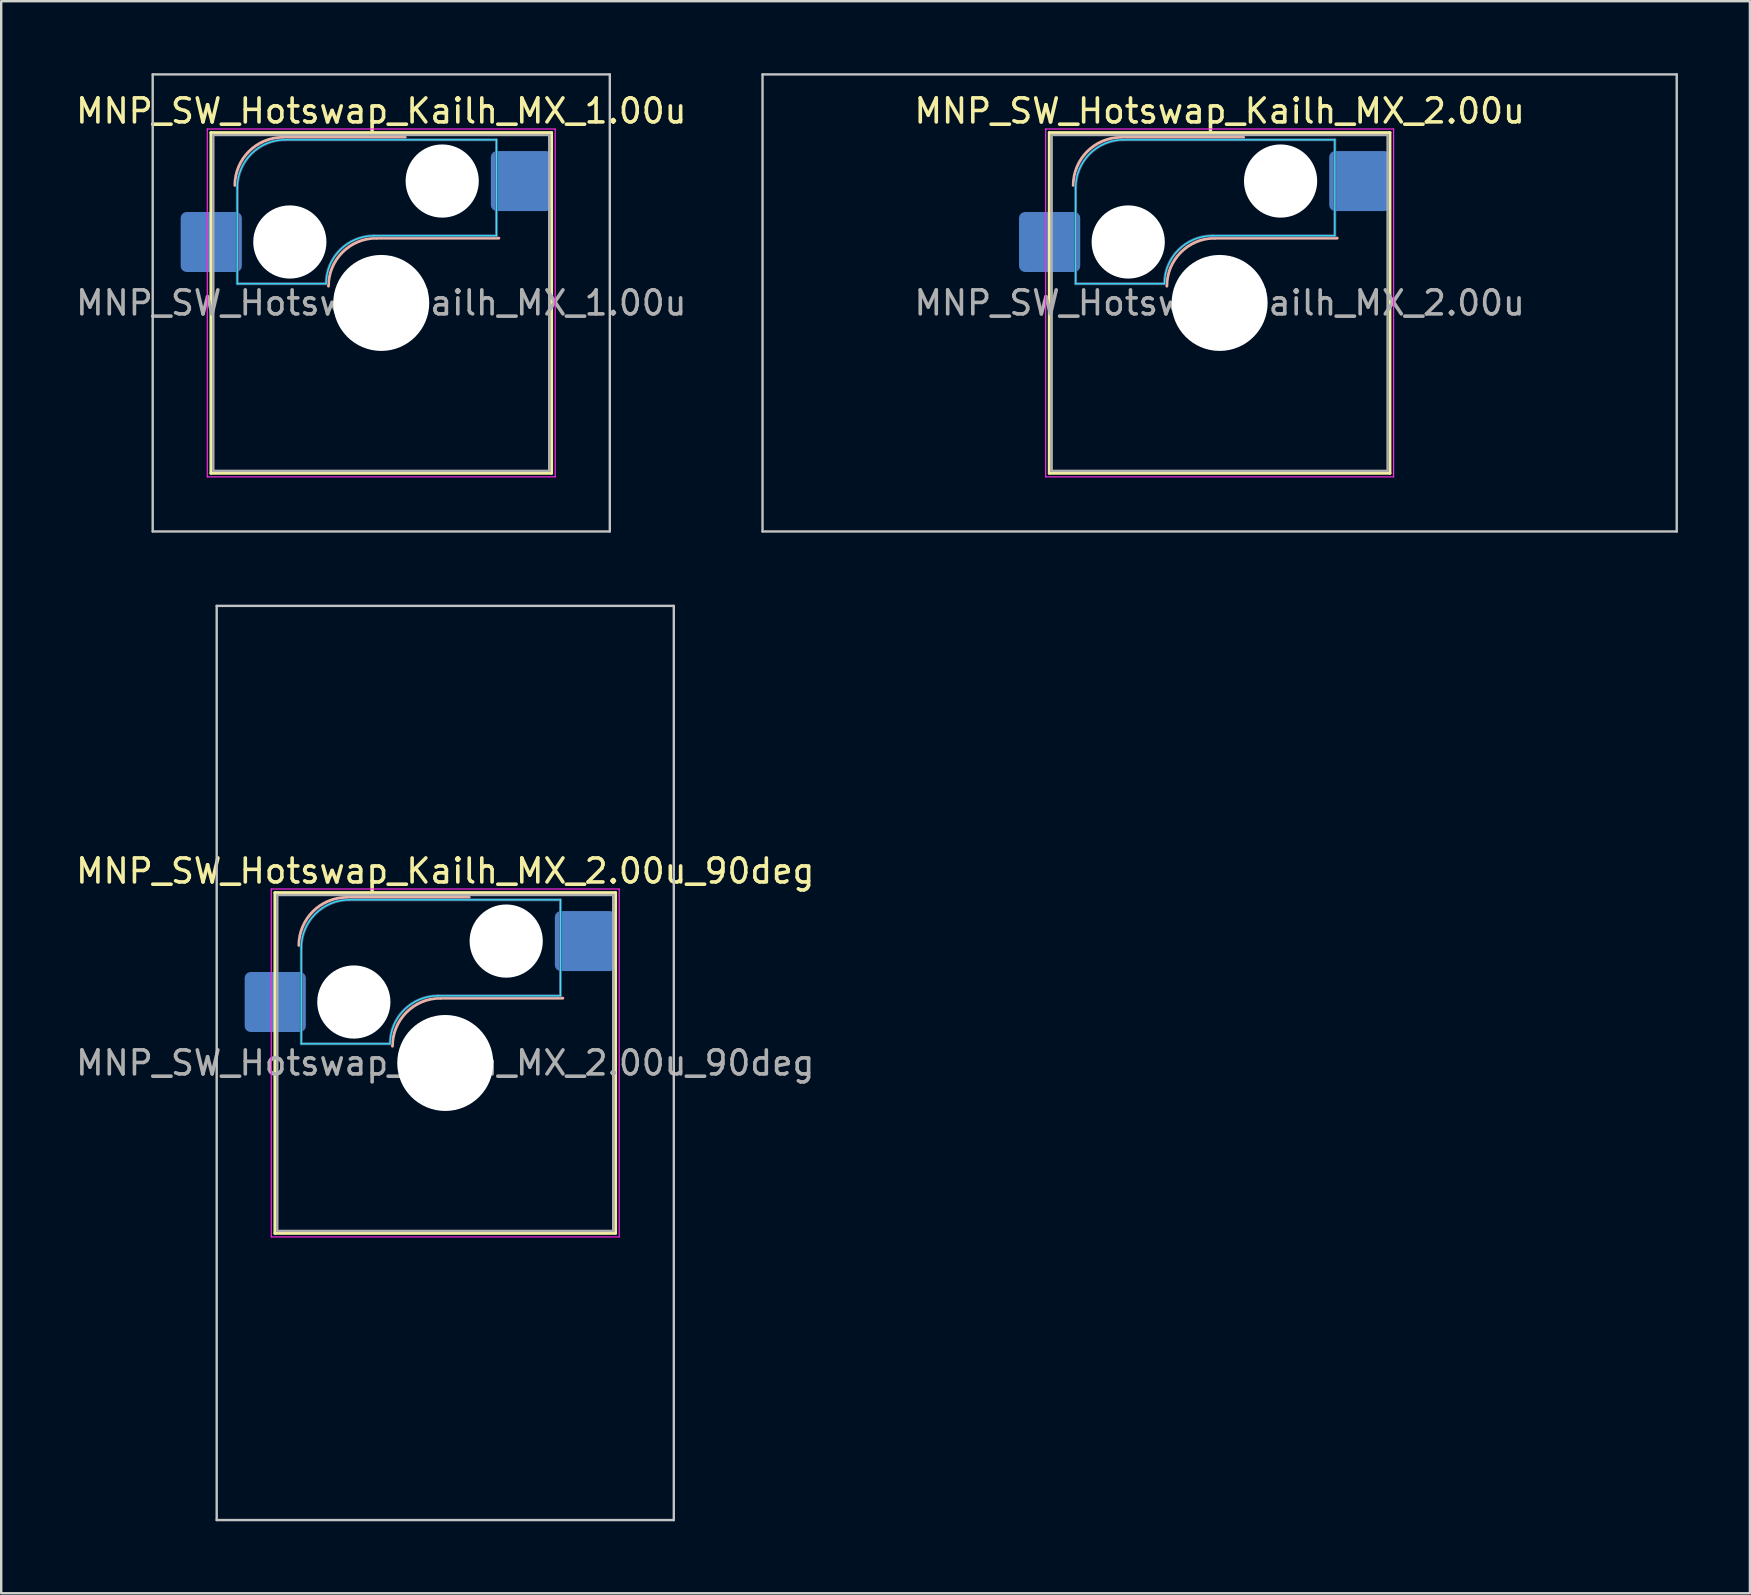
<source format=kicad_pcb>
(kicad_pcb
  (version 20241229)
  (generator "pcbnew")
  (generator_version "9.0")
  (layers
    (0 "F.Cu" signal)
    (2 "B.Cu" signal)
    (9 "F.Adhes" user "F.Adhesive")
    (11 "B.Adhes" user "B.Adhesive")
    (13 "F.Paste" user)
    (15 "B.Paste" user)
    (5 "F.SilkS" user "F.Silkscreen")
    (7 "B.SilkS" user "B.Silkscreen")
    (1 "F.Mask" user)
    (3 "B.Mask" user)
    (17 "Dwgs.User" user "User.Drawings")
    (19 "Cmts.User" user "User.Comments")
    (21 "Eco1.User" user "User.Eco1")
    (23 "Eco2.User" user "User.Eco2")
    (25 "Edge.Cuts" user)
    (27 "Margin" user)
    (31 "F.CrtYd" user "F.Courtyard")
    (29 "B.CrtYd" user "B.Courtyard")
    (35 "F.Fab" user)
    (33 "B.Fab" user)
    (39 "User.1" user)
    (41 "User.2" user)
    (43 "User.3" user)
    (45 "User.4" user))
  (footprint "MNP_SW_Hotswap_Kailh_MX_1.00u"
    (layer "F.Cu")
    (at 12.839 9.575)
    (property "Reference" "MNP_SW_Hotswap_Kailh_MX_1.00u" (at 0 -8 0) (layer "F.SilkS") (effects (font (size 1 1) (thickness 0.15))))
    (attr smd)
    (fp_line (start -7.1 -7.1) (end -7.1 7.1) (stroke (width 0.12) (type solid)) (layer "F.SilkS"))
    (fp_line (start -7.1 7.1) (end 7.1 7.1) (stroke (width 0.12) (type solid)) (layer "F.SilkS"))
    (fp_line (start 7.1 -7.1) (end -7.1 -7.1) (stroke (width 0.12) (type solid)) (layer "F.SilkS"))
    (fp_line (start 7.1 7.1) (end 7.1 -7.1) (stroke (width 0.12) (type solid)) (layer "F.SilkS"))
    (fp_line (start -4.1 -6.9) (end 1 -6.9) (stroke (width 0.12) (type solid)) (layer "B.SilkS"))
    (fp_line (start -0.2 -2.7) (end 4.9 -2.7) (stroke (width 0.12) (type solid)) (layer "B.SilkS"))
    (fp_arc (start -6.1 -4.9) (mid -5.514214 -6.314214) (end -4.1 -6.9) (stroke (width 0.12) (type solid)) (layer "B.SilkS"))
    (fp_arc (start -2.2 -0.7) (mid -1.614214 -2.114214) (end -0.2 -2.7) (stroke (width 0.12) (type solid)) (layer "B.SilkS"))
    (fp_line (start -9.525 -9.525) (end -9.525 9.525) (stroke (width 0.1) (type solid)) (layer "Dwgs.User"))
    (fp_line (start -9.525 9.525) (end 9.525 9.525) (stroke (width 0.1) (type solid)) (layer "Dwgs.User"))
    (fp_line (start 9.525 -9.525) (end -9.525 -9.525) (stroke (width 0.1) (type solid)) (layer "Dwgs.User"))
    (fp_line (start 9.525 9.525) (end 9.525 -9.525) (stroke (width 0.1) (type solid)) (layer "Dwgs.User"))
    (fp_line (start -7.8 -6) (end -7 -6) (stroke (width 0.1) (type solid)) (layer "Eco1.User"))
    (fp_line (start -7.8 -2.9) (end -7.8 -6) (stroke (width 0.1) (type solid)) (layer "Eco1.User"))
    (fp_line (start -7.8 2.9) (end -7 2.9) (stroke (width 0.1) (type solid)) (layer "Eco1.User"))
    (fp_line (start -7.8 6) (end -7.8 2.9) (stroke (width 0.1) (type solid)) (layer "Eco1.User"))
    (fp_line (start -7 -7) (end 7 -7) (stroke (width 0.1) (type solid)) (layer "Eco1.User"))
    (fp_line (start -7 -6) (end -7 -7) (stroke (width 0.1) (type solid)) (layer "Eco1.User"))
    (fp_line (start -7 -2.9) (end -7.8 -2.9) (stroke (width 0.1) (type solid)) (layer "Eco1.User"))
    (fp_line (start -7 2.9) (end -7 -2.9) (stroke (width 0.1) (type solid)) (layer "Eco1.User"))
    (fp_line (start -7 6) (end -7.8 6) (stroke (width 0.1) (type solid)) (layer "Eco1.User"))
    (fp_line (start -7 7) (end -7 6) (stroke (width 0.1) (type solid)) (layer "Eco1.User"))
    (fp_line (start 7 -7) (end 7 -6) (stroke (width 0.1) (type solid)) (layer "Eco1.User"))
    (fp_line (start 7 -6) (end 7.8 -6) (stroke (width 0.1) (type solid)) (layer "Eco1.User"))
    (fp_line (start 7 -2.9) (end 7 2.9) (stroke (width 0.1) (type solid)) (layer "Eco1.User"))
    (fp_line (start 7 2.9) (end 7.8 2.9) (stroke (width 0.1) (type solid)) (layer "Eco1.User"))
    (fp_line (start 7 6) (end 7 7) (stroke (width 0.1) (type solid)) (layer "Eco1.User"))
    (fp_line (start 7 7) (end -7 7) (stroke (width 0.1) (type solid)) (layer "Eco1.User"))
    (fp_line (start 7.8 -6) (end 7.8 -2.9) (stroke (width 0.1) (type solid)) (layer "Eco1.User"))
    (fp_line (start 7.8 -2.9) (end 7 -2.9) (stroke (width 0.1) (type solid)) (layer "Eco1.User"))
    (fp_line (start 7.8 2.9) (end 7.8 6) (stroke (width 0.1) (type solid)) (layer "Eco1.User"))
    (fp_line (start 7.8 6) (end 7 6) (stroke (width 0.1) (type solid)) (layer "Eco1.User"))
    (fp_line (start -6 -0.8) (end -6 -4.8) (stroke (width 0.05) (type solid)) (layer "B.CrtYd"))
    (fp_line (start -6 -0.8) (end -2.3 -0.8) (stroke (width 0.05) (type solid)) (layer "B.CrtYd"))
    (fp_line (start -4 -6.8) (end 4.8 -6.8) (stroke (width 0.05) (type solid)) (layer "B.CrtYd"))
    (fp_line (start -0.3 -2.8) (end 4.8 -2.8) (stroke (width 0.05) (type solid)) (layer "B.CrtYd"))
    (fp_line (start 4.8 -6.8) (end 4.8 -2.8) (stroke (width 0.05) (type solid)) (layer "B.CrtYd"))
    (fp_arc (start -6 -4.8) (mid -5.414214 -6.214214) (end -4 -6.8) (stroke (width 0.05) (type solid)) (layer "B.CrtYd"))
    (fp_arc (start -2.3 -0.8) (mid -1.714214 -2.214214) (end -0.3 -2.8) (stroke (width 0.05) (type solid)) (layer "B.CrtYd"))
    (fp_line (start -7.25 -7.25) (end -7.25 7.25) (stroke (width 0.05) (type solid)) (layer "F.CrtYd"))
    (fp_line (start -7.25 7.25) (end 7.25 7.25) (stroke (width 0.05) (type solid)) (layer "F.CrtYd"))
    (fp_line (start 7.25 -7.25) (end -7.25 -7.25) (stroke (width 0.05) (type solid)) (layer "F.CrtYd"))
    (fp_line (start 7.25 7.25) (end 7.25 -7.25) (stroke (width 0.05) (type solid)) (layer "F.CrtYd"))
    (fp_line (start -6 -0.8) (end -6 -4.8) (stroke (width 0.12) (type solid)) (layer "B.Fab"))
    (fp_line (start -6 -0.8) (end -2.3 -0.8) (stroke (width 0.12) (type solid)) (layer "B.Fab"))
    (fp_line (start -4 -6.8) (end 4.8 -6.8) (stroke (width 0.12) (type solid)) (layer "B.Fab"))
    (fp_line (start -0.3 -2.8) (end 4.8 -2.8) (stroke (width 0.12) (type solid)) (layer "B.Fab"))
    (fp_line (start 4.8 -6.8) (end 4.8 -2.8) (stroke (width 0.12) (type solid)) (layer "B.Fab"))
    (fp_arc (start -6 -4.8) (mid -5.414214 -6.214214) (end -4 -6.8) (stroke (width 0.12) (type solid)) (layer "B.Fab"))
    (fp_arc (start -2.3 -0.8) (mid -1.714214 -2.214214) (end -0.3 -2.8) (stroke (width 0.12) (type solid)) (layer "B.Fab"))
    (fp_line (start -7 -7) (end -7 7) (stroke (width 0.1) (type solid)) (layer "F.Fab"))
    (fp_line (start -7 7) (end 7 7) (stroke (width 0.1) (type solid)) (layer "F.Fab"))
    (fp_line (start 7 -7) (end -7 -7) (stroke (width 0.1) (type solid)) (layer "F.Fab"))
    (fp_line (start 7 7) (end 7 -7) (stroke (width 0.1) (type solid)) (layer "F.Fab"))
    (fp_text user "${REFERENCE}" (at 0 0 0) (layer "F.Fab") (effects (font (size 1 1) (thickness 0.15))))
    (pad "" np_thru_hole circle (at -3.81 -2.54) (size 3.05 3.05) (drill 3.05) (layers "*.Cu" "*.Mask"))
    (pad "" np_thru_hole circle (at 0 0) (size 4 4) (drill 4) (layers "*.Cu" "*.Mask"))
    (pad "" np_thru_hole circle (at 2.54 -5.08) (size 3.05 3.05) (drill 3.05) (layers "*.Cu" "*.Mask"))
    (pad "1" smd roundrect (at -7.085 -2.54) (size 2.55 2.5) (layers "B.Cu" "B.Mask" "B.Paste") (roundrect_rratio 0.1))
    (pad "2" smd roundrect (at 5.842 -5.08) (size 2.55 2.5) (layers "B.Cu" "B.Mask" "B.Paste") (roundrect_rratio 0.1)))
  (footprint "MNP_SW_Hotswap_Kailh_MX_2.00u"
    (layer "F.Cu")
    (at 47.779 9.575)
    (property "Reference" "MNP_SW_Hotswap_Kailh_MX_2.00u" (at 0 -8 0) (layer "F.SilkS") (effects (font (size 1 1) (thickness 0.15))))
    (attr smd)
    (fp_line (start -7.1 -7.1) (end -7.1 7.1) (stroke (width 0.12) (type solid)) (layer "F.SilkS"))
    (fp_line (start -7.1 7.1) (end 7.1 7.1) (stroke (width 0.12) (type solid)) (layer "F.SilkS"))
    (fp_line (start 7.1 -7.1) (end -7.1 -7.1) (stroke (width 0.12) (type solid)) (layer "F.SilkS"))
    (fp_line (start 7.1 7.1) (end 7.1 -7.1) (stroke (width 0.12) (type solid)) (layer "F.SilkS"))
    (fp_line (start -4.1 -6.9) (end 1 -6.9) (stroke (width 0.12) (type solid)) (layer "B.SilkS"))
    (fp_line (start -0.2 -2.7) (end 4.9 -2.7) (stroke (width 0.12) (type solid)) (layer "B.SilkS"))
    (fp_arc (start -6.1 -4.9) (mid -5.514214 -6.314214) (end -4.1 -6.9) (stroke (width 0.12) (type solid)) (layer "B.SilkS"))
    (fp_arc (start -2.2 -0.7) (mid -1.614214 -2.114214) (end -0.2 -2.7) (stroke (width 0.12) (type solid)) (layer "B.SilkS"))
    (fp_line (start -19.05 -9.525) (end -19.05 9.525) (stroke (width 0.1) (type solid)) (layer "Dwgs.User"))
    (fp_line (start -19.05 9.525) (end 19.05 9.525) (stroke (width 0.1) (type solid)) (layer "Dwgs.User"))
    (fp_line (start 19.05 -9.525) (end -19.05 -9.525) (stroke (width 0.1) (type solid)) (layer "Dwgs.User"))
    (fp_line (start 19.05 9.525) (end 19.05 -9.525) (stroke (width 0.1) (type solid)) (layer "Dwgs.User"))
    (fp_line (start -7.8 -6) (end -7 -6) (stroke (width 0.1) (type solid)) (layer "Eco1.User"))
    (fp_line (start -7.8 -2.9) (end -7.8 -6) (stroke (width 0.1) (type solid)) (layer "Eco1.User"))
    (fp_line (start -7.8 2.9) (end -7 2.9) (stroke (width 0.1) (type solid)) (layer "Eco1.User"))
    (fp_line (start -7.8 6) (end -7.8 2.9) (stroke (width 0.1) (type solid)) (layer "Eco1.User"))
    (fp_line (start -7 -7) (end 7 -7) (stroke (width 0.1) (type solid)) (layer "Eco1.User"))
    (fp_line (start -7 -6) (end -7 -7) (stroke (width 0.1) (type solid)) (layer "Eco1.User"))
    (fp_line (start -7 -2.9) (end -7.8 -2.9) (stroke (width 0.1) (type solid)) (layer "Eco1.User"))
    (fp_line (start -7 2.9) (end -7 -2.9) (stroke (width 0.1) (type solid)) (layer "Eco1.User"))
    (fp_line (start -7 6) (end -7.8 6) (stroke (width 0.1) (type solid)) (layer "Eco1.User"))
    (fp_line (start -7 7) (end -7 6) (stroke (width 0.1) (type solid)) (layer "Eco1.User"))
    (fp_line (start 7 -7) (end 7 -6) (stroke (width 0.1) (type solid)) (layer "Eco1.User"))
    (fp_line (start 7 -6) (end 7.8 -6) (stroke (width 0.1) (type solid)) (layer "Eco1.User"))
    (fp_line (start 7 -2.9) (end 7 2.9) (stroke (width 0.1) (type solid)) (layer "Eco1.User"))
    (fp_line (start 7 2.9) (end 7.8 2.9) (stroke (width 0.1) (type solid)) (layer "Eco1.User"))
    (fp_line (start 7 6) (end 7 7) (stroke (width 0.1) (type solid)) (layer "Eco1.User"))
    (fp_line (start 7 7) (end -7 7) (stroke (width 0.1) (type solid)) (layer "Eco1.User"))
    (fp_line (start 7.8 -6) (end 7.8 -2.9) (stroke (width 0.1) (type solid)) (layer "Eco1.User"))
    (fp_line (start 7.8 -2.9) (end 7 -2.9) (stroke (width 0.1) (type solid)) (layer "Eco1.User"))
    (fp_line (start 7.8 2.9) (end 7.8 6) (stroke (width 0.1) (type solid)) (layer "Eco1.User"))
    (fp_line (start 7.8 6) (end 7 6) (stroke (width 0.1) (type solid)) (layer "Eco1.User"))
    (fp_line (start -6 -0.8) (end -6 -4.8) (stroke (width 0.05) (type solid)) (layer "B.CrtYd"))
    (fp_line (start -6 -0.8) (end -2.3 -0.8) (stroke (width 0.05) (type solid)) (layer "B.CrtYd"))
    (fp_line (start -4 -6.8) (end 4.8 -6.8) (stroke (width 0.05) (type solid)) (layer "B.CrtYd"))
    (fp_line (start -0.3 -2.8) (end 4.8 -2.8) (stroke (width 0.05) (type solid)) (layer "B.CrtYd"))
    (fp_line (start 4.8 -6.8) (end 4.8 -2.8) (stroke (width 0.05) (type solid)) (layer "B.CrtYd"))
    (fp_arc (start -6 -4.8) (mid -5.414214 -6.214214) (end -4 -6.8) (stroke (width 0.05) (type solid)) (layer "B.CrtYd"))
    (fp_arc (start -2.3 -0.8) (mid -1.714214 -2.214214) (end -0.3 -2.8) (stroke (width 0.05) (type solid)) (layer "B.CrtYd"))
    (fp_line (start -7.25 -7.25) (end -7.25 7.25) (stroke (width 0.05) (type solid)) (layer "F.CrtYd"))
    (fp_line (start -7.25 7.25) (end 7.25 7.25) (stroke (width 0.05) (type solid)) (layer "F.CrtYd"))
    (fp_line (start 7.25 -7.25) (end -7.25 -7.25) (stroke (width 0.05) (type solid)) (layer "F.CrtYd"))
    (fp_line (start 7.25 7.25) (end 7.25 -7.25) (stroke (width 0.05) (type solid)) (layer "F.CrtYd"))
    (fp_line (start -6 -0.8) (end -6 -4.8) (stroke (width 0.12) (type solid)) (layer "B.Fab"))
    (fp_line (start -6 -0.8) (end -2.3 -0.8) (stroke (width 0.12) (type solid)) (layer "B.Fab"))
    (fp_line (start -4 -6.8) (end 4.8 -6.8) (stroke (width 0.12) (type solid)) (layer "B.Fab"))
    (fp_line (start -0.3 -2.8) (end 4.8 -2.8) (stroke (width 0.12) (type solid)) (layer "B.Fab"))
    (fp_line (start 4.8 -6.8) (end 4.8 -2.8) (stroke (width 0.12) (type solid)) (layer "B.Fab"))
    (fp_arc (start -6 -4.8) (mid -5.414214 -6.214214) (end -4 -6.8) (stroke (width 0.12) (type solid)) (layer "B.Fab"))
    (fp_arc (start -2.3 -0.8) (mid -1.714214 -2.214214) (end -0.3 -2.8) (stroke (width 0.12) (type solid)) (layer "B.Fab"))
    (fp_line (start -7 -7) (end -7 7) (stroke (width 0.1) (type solid)) (layer "F.Fab"))
    (fp_line (start -7 7) (end 7 7) (stroke (width 0.1) (type solid)) (layer "F.Fab"))
    (fp_line (start 7 -7) (end -7 -7) (stroke (width 0.1) (type solid)) (layer "F.Fab"))
    (fp_line (start 7 7) (end 7 -7) (stroke (width 0.1) (type solid)) (layer "F.Fab"))
    (fp_text user "${REFERENCE}" (at 0 0 0) (layer "F.Fab") (effects (font (size 1 1) (thickness 0.15))))
    (pad "" np_thru_hole circle (at -3.81 -2.54) (size 3.05 3.05) (drill 3.05) (layers "*.Cu" "*.Mask"))
    (pad "" np_thru_hole circle (at 0 0) (size 4 4) (drill 4) (layers "*.Cu" "*.Mask"))
    (pad "" np_thru_hole circle (at 2.54 -5.08) (size 3.05 3.05) (drill 3.05) (layers "*.Cu" "*.Mask"))
    (pad "1" smd roundrect (at -7.085 -2.54) (size 2.55 2.5) (layers "B.Cu" "B.Mask" "B.Paste") (roundrect_rratio 0.1))
    (pad "2" smd roundrect (at 5.842 -5.08) (size 2.55 2.5) (layers "B.Cu" "B.Mask" "B.Paste") (roundrect_rratio 0.1)))
  (footprint "MNP_SW_Hotswap_Kailh_MX_2.00u_90deg"
    (layer "F.Cu")
    (at 15.506 41.25)
    (property "Reference" "MNP_SW_Hotswap_Kailh_MX_2.00u_90deg" (at 0 -8 0) (layer "F.SilkS") (effects (font (size 1 1) (thickness 0.15))))
    (attr smd)
    (fp_line (start -7.1 -7.1) (end -7.1 7.1) (stroke (width 0.12) (type solid)) (layer "F.SilkS"))
    (fp_line (start -7.1 7.1) (end 7.1 7.1) (stroke (width 0.12) (type solid)) (layer "F.SilkS"))
    (fp_line (start 7.1 -7.1) (end -7.1 -7.1) (stroke (width 0.12) (type solid)) (layer "F.SilkS"))
    (fp_line (start 7.1 7.1) (end 7.1 -7.1) (stroke (width 0.12) (type solid)) (layer "F.SilkS"))
    (fp_line (start -4.1 -6.9) (end 1 -6.9) (stroke (width 0.12) (type solid)) (layer "B.SilkS"))
    (fp_line (start -0.2 -2.7) (end 4.9 -2.7) (stroke (width 0.12) (type solid)) (layer "B.SilkS"))
    (fp_arc (start -6.1 -4.9) (mid -5.514214 -6.314214) (end -4.1 -6.9) (stroke (width 0.12) (type solid)) (layer "B.SilkS"))
    (fp_arc (start -2.2 -0.7) (mid -1.614214 -2.114214) (end -0.2 -2.7) (stroke (width 0.12) (type solid)) (layer "B.SilkS"))
    (fp_line (start -9.525 -19.05) (end 9.525 -19.05) (stroke (width 0.1) (type solid)) (layer "Dwgs.User"))
    (fp_line (start -9.525 19.05) (end -9.525 -19.05) (stroke (width 0.1) (type solid)) (layer "Dwgs.User"))
    (fp_line (start 9.525 -19.05) (end 9.525 19.05) (stroke (width 0.1) (type solid)) (layer "Dwgs.User"))
    (fp_line (start 9.525 19.05) (end -9.525 19.05) (stroke (width 0.1) (type solid)) (layer "Dwgs.User"))
    (fp_line (start -7.8 -6) (end -7 -6) (stroke (width 0.1) (type solid)) (layer "Eco1.User"))
    (fp_line (start -7.8 -2.9) (end -7.8 -6) (stroke (width 0.1) (type solid)) (layer "Eco1.User"))
    (fp_line (start -7.8 2.9) (end -7 2.9) (stroke (width 0.1) (type solid)) (layer "Eco1.User"))
    (fp_line (start -7.8 6) (end -7.8 2.9) (stroke (width 0.1) (type solid)) (layer "Eco1.User"))
    (fp_line (start -7 -7) (end 7 -7) (stroke (width 0.1) (type solid)) (layer "Eco1.User"))
    (fp_line (start -7 -6) (end -7 -7) (stroke (width 0.1) (type solid)) (layer "Eco1.User"))
    (fp_line (start -7 -2.9) (end -7.8 -2.9) (stroke (width 0.1) (type solid)) (layer "Eco1.User"))
    (fp_line (start -7 2.9) (end -7 -2.9) (stroke (width 0.1) (type solid)) (layer "Eco1.User"))
    (fp_line (start -7 6) (end -7.8 6) (stroke (width 0.1) (type solid)) (layer "Eco1.User"))
    (fp_line (start -7 7) (end -7 6) (stroke (width 0.1) (type solid)) (layer "Eco1.User"))
    (fp_line (start 7 -7) (end 7 -6) (stroke (width 0.1) (type solid)) (layer "Eco1.User"))
    (fp_line (start 7 -6) (end 7.8 -6) (stroke (width 0.1) (type solid)) (layer "Eco1.User"))
    (fp_line (start 7 -2.9) (end 7 2.9) (stroke (width 0.1) (type solid)) (layer "Eco1.User"))
    (fp_line (start 7 2.9) (end 7.8 2.9) (stroke (width 0.1) (type solid)) (layer "Eco1.User"))
    (fp_line (start 7 6) (end 7 7) (stroke (width 0.1) (type solid)) (layer "Eco1.User"))
    (fp_line (start 7 7) (end -7 7) (stroke (width 0.1) (type solid)) (layer "Eco1.User"))
    (fp_line (start 7.8 -6) (end 7.8 -2.9) (stroke (width 0.1) (type solid)) (layer "Eco1.User"))
    (fp_line (start 7.8 -2.9) (end 7 -2.9) (stroke (width 0.1) (type solid)) (layer "Eco1.User"))
    (fp_line (start 7.8 2.9) (end 7.8 6) (stroke (width 0.1) (type solid)) (layer "Eco1.User"))
    (fp_line (start 7.8 6) (end 7 6) (stroke (width 0.1) (type solid)) (layer "Eco1.User"))
    (fp_line (start -6 -0.8) (end -6 -4.8) (stroke (width 0.05) (type solid)) (layer "B.CrtYd"))
    (fp_line (start -6 -0.8) (end -2.3 -0.8) (stroke (width 0.05) (type solid)) (layer "B.CrtYd"))
    (fp_line (start -4 -6.8) (end 4.8 -6.8) (stroke (width 0.05) (type solid)) (layer "B.CrtYd"))
    (fp_line (start -0.3 -2.8) (end 4.8 -2.8) (stroke (width 0.05) (type solid)) (layer "B.CrtYd"))
    (fp_line (start 4.8 -6.8) (end 4.8 -2.8) (stroke (width 0.05) (type solid)) (layer "B.CrtYd"))
    (fp_arc (start -6 -4.8) (mid -5.414214 -6.214214) (end -4 -6.8) (stroke (width 0.05) (type solid)) (layer "B.CrtYd"))
    (fp_arc (start -2.3 -0.8) (mid -1.714214 -2.214214) (end -0.3 -2.8) (stroke (width 0.05) (type solid)) (layer "B.CrtYd"))
    (fp_line (start -7.25 -7.25) (end -7.25 7.25) (stroke (width 0.05) (type solid)) (layer "F.CrtYd"))
    (fp_line (start -7.25 7.25) (end 7.25 7.25) (stroke (width 0.05) (type solid)) (layer "F.CrtYd"))
    (fp_line (start 7.25 -7.25) (end -7.25 -7.25) (stroke (width 0.05) (type solid)) (layer "F.CrtYd"))
    (fp_line (start 7.25 7.25) (end 7.25 -7.25) (stroke (width 0.05) (type solid)) (layer "F.CrtYd"))
    (fp_line (start -6 -0.8) (end -6 -4.8) (stroke (width 0.12) (type solid)) (layer "B.Fab"))
    (fp_line (start -6 -0.8) (end -2.3 -0.8) (stroke (width 0.12) (type solid)) (layer "B.Fab"))
    (fp_line (start -4 -6.8) (end 4.8 -6.8) (stroke (width 0.12) (type solid)) (layer "B.Fab"))
    (fp_line (start -0.3 -2.8) (end 4.8 -2.8) (stroke (width 0.12) (type solid)) (layer "B.Fab"))
    (fp_line (start 4.8 -6.8) (end 4.8 -2.8) (stroke (width 0.12) (type solid)) (layer "B.Fab"))
    (fp_arc (start -6 -4.8) (mid -5.414214 -6.214214) (end -4 -6.8) (stroke (width 0.12) (type solid)) (layer "B.Fab"))
    (fp_arc (start -2.3 -0.8) (mid -1.714214 -2.214214) (end -0.3 -2.8) (stroke (width 0.12) (type solid)) (layer "B.Fab"))
    (fp_line (start -7 -7) (end -7 7) (stroke (width 0.1) (type solid)) (layer "F.Fab"))
    (fp_line (start -7 7) (end 7 7) (stroke (width 0.1) (type solid)) (layer "F.Fab"))
    (fp_line (start 7 -7) (end -7 -7) (stroke (width 0.1) (type solid)) (layer "F.Fab"))
    (fp_line (start 7 7) (end 7 -7) (stroke (width 0.1) (type solid)) (layer "F.Fab"))
    (fp_text user "${REFERENCE}" (at 0 0 0) (layer "F.Fab") (effects (font (size 1 1) (thickness 0.15))))
    (pad "" np_thru_hole circle (at -3.81 -2.54) (size 3.05 3.05) (drill 3.05) (layers "*.Cu" "*.Mask"))
    (pad "" np_thru_hole circle (at 0 0) (size 4 4) (drill 4) (layers "*.Cu" "*.Mask"))
    (pad "" np_thru_hole circle (at 2.54 -5.08) (size 3.05 3.05) (drill 3.05) (layers "*.Cu" "*.Mask"))
    (pad "1" smd roundrect (at -7.085 -2.54) (size 2.55 2.5) (layers "B.Cu" "B.Mask" "B.Paste") (roundrect_rratio 0.1))
    (pad "2" smd roundrect (at 5.842 -5.08) (size 2.55 2.5) (layers "B.Cu" "B.Mask" "B.Paste") (roundrect_rratio 0.1)))
  (gr_rect
    (start -3 -3)
    (end 69.879 63.35)
    (stroke (width 0.1) (type default))
    (fill no)
    (layer "Edge.Cuts")))
</source>
